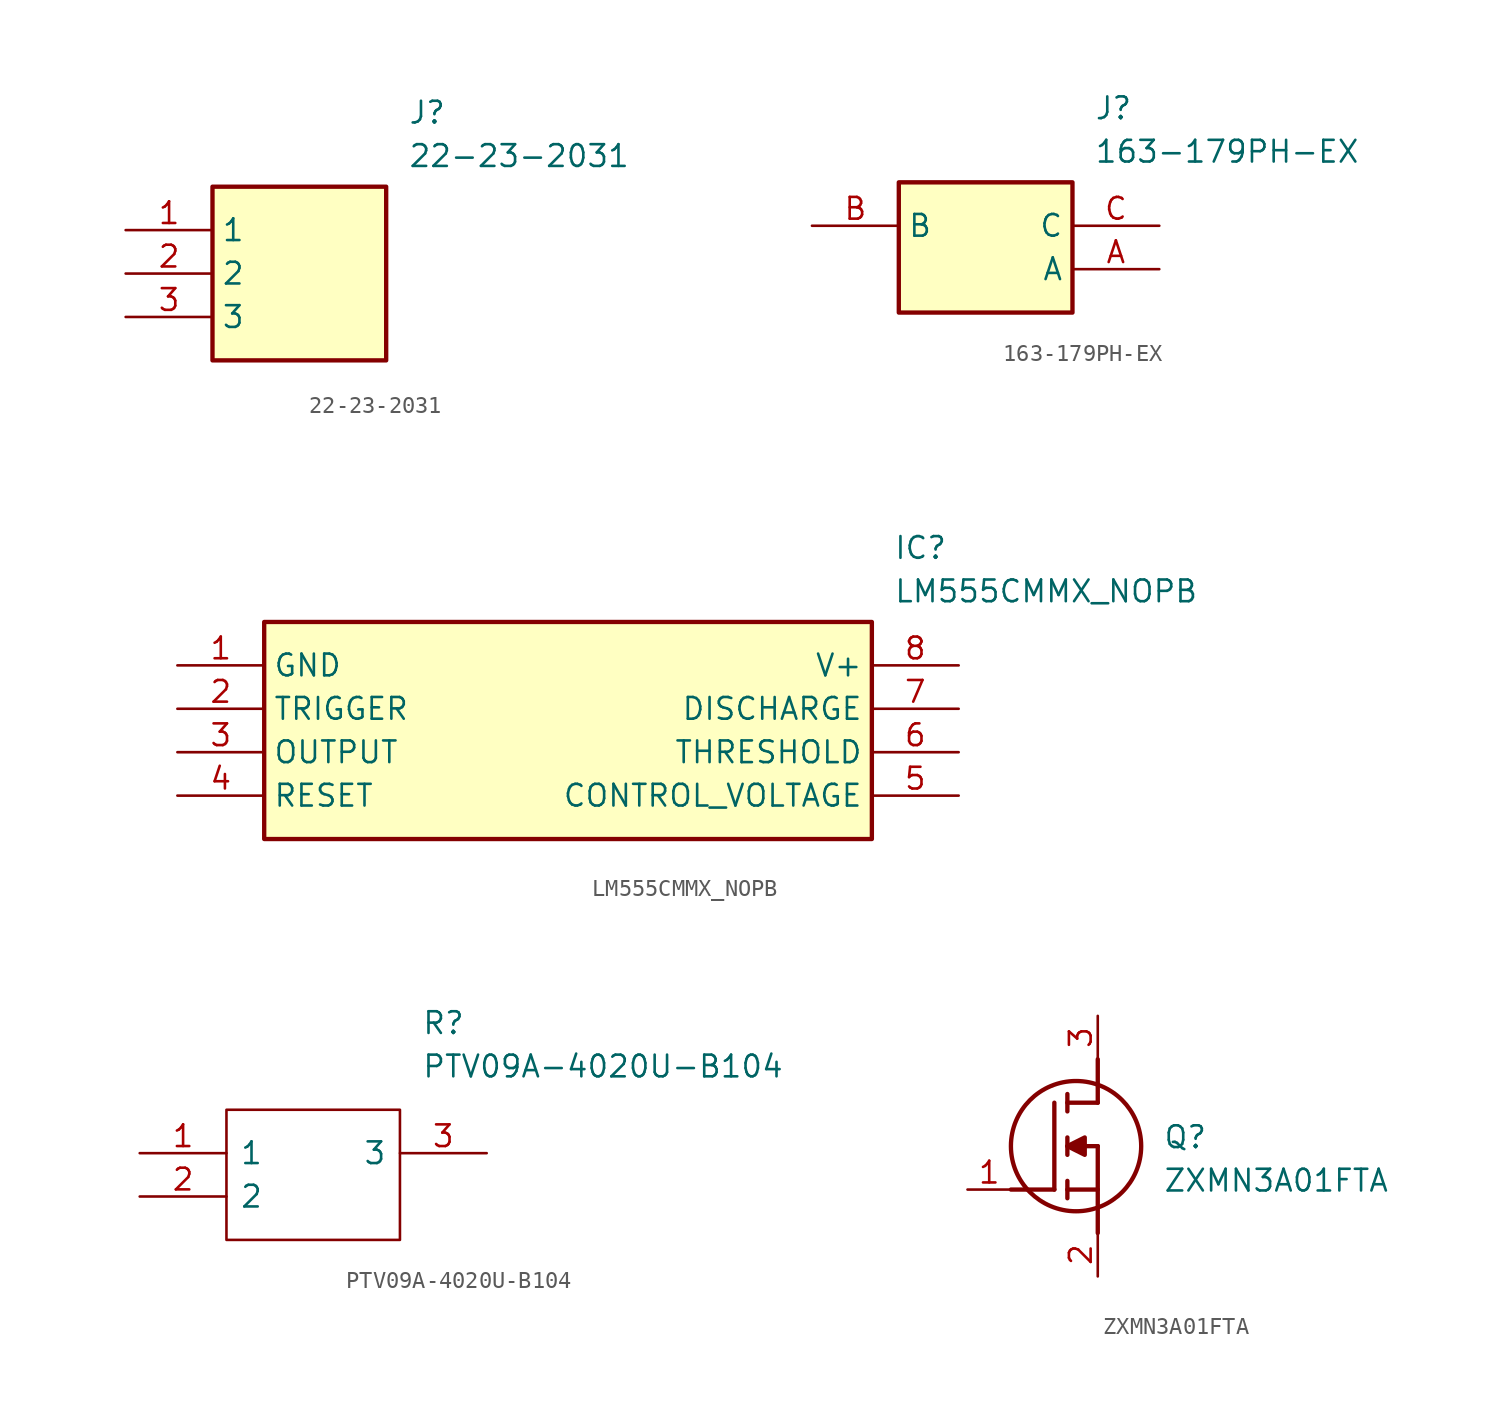
<source format=kicad_sym>
(kicad_symbol_lib
  (version 20220914)
  (generator kicad_symbol_editor)
  (symbol "22-23-2031"
    (property "Reference" "J"
      (at 16.51 7.62 0)
      (effects (font (size 1.27 1.27)) (justify left top)))
    (property "Value" "22-23-2031"
      (at 16.51 5.08 0)
      (effects (font (size 1.27 1.27)) (justify left top)))
    (symbol "22-23-2031_1_1"
      (rectangle (start 5.08 2.54) (end 15.24 -7.62) (stroke (width 0.254) (type default)) (fill (type background)))
      (pin passive line (at 0 0 0) (length 5.08) (name "1" (effects (font (size 1.27 1.27)))) (number "1" (effects (font (size 1.27 1.27)))))
      (pin passive line (at 0 -2.54 0) (length 5.08) (name "2" (effects (font (size 1.27 1.27)))) (number "2" (effects (font (size 1.27 1.27)))))
      (pin passive line (at 0 -5.08 0) (length 5.08) (name "3" (effects (font (size 1.27 1.27)))) (number "3" (effects (font (size 1.27 1.27)))))))
  (symbol "163-179PH-EX"
    (property "Reference" "J"
      (at 16.51 7.62 0)
      (effects (font (size 1.27 1.27)) (justify left top)))
    (property "Value" "163-179PH-EX"
      (at 16.51 5.08 0)
      (effects (font (size 1.27 1.27)) (justify left top)))
    (symbol "163-179PH-EX_1_1"
      (rectangle (start 5.08 2.54) (end 15.24 -5.08) (stroke (width 0.254) (type default)) (fill (type background)))
      (pin passive line (at 20.32 -2.54 180) (length 5.08) (name "A" (effects (font (size 1.27 1.27)))) (number "A" (effects (font (size 1.27 1.27)))))
      (pin passive line (at 0 0 0) (length 5.08) (name "B" (effects (font (size 1.27 1.27)))) (number "B" (effects (font (size 1.27 1.27)))))
      (pin passive line (at 20.32 0 180) (length 5.08) (name "C" (effects (font (size 1.27 1.27)))) (number "C" (effects (font (size 1.27 1.27)))))))
  (symbol "LM555CMMX_NOPB"
    (property "Reference" "IC"
      (at 41.91 7.62 0)
      (effects (font (size 1.27 1.27)) (justify left top)))
    (property "Value" "LM555CMMX_NOPB"
      (at 41.91 5.08 0)
      (effects (font (size 1.27 1.27)) (justify left top)))
    (symbol "LM555CMMX_NOPB_1_1"
      (rectangle (start 5.08 2.54) (end 40.64 -10.16) (stroke (width 0.254) (type default)) (fill (type background)))
      (pin passive line (at 0 0 0) (length 5.08) (name "GND" (effects (font (size 1.27 1.27)))) (number "1" (effects (font (size 1.27 1.27)))))
      (pin passive line (at 0 -2.54 0) (length 5.08) (name "TRIGGER" (effects (font (size 1.27 1.27)))) (number "2" (effects (font (size 1.27 1.27)))))
      (pin passive line (at 0 -5.08 0) (length 5.08) (name "OUTPUT" (effects (font (size 1.27 1.27)))) (number "3" (effects (font (size 1.27 1.27)))))
      (pin passive line (at 0 -7.62 0) (length 5.08) (name "RESET" (effects (font (size 1.27 1.27)))) (number "4" (effects (font (size 1.27 1.27)))))
      (pin passive line (at 45.72 -7.62 180) (length 5.08) (name "CONTROL_VOLTAGE" (effects (font (size 1.27 1.27)))) (number "5" (effects (font (size 1.27 1.27)))))
      (pin passive line (at 45.72 -5.08 180) (length 5.08) (name "THRESHOLD" (effects (font (size 1.27 1.27)))) (number "6" (effects (font (size 1.27 1.27)))))
      (pin passive line (at 45.72 -2.54 180) (length 5.08) (name "DISCHARGE" (effects (font (size 1.27 1.27)))) (number "7" (effects (font (size 1.27 1.27)))))
      (pin passive line (at 45.72 0 180) (length 5.08) (name "V+" (effects (font (size 1.27 1.27)))) (number "8" (effects (font (size 1.27 1.27)))))))
  (symbol "PTV09A-4020U-B104"
    (pin_names
      (offset 0.762))
    (property "Reference" "R"
      (at 16.51 7.62 0)
      (effects (font (size 1.27 1.27)) (justify left)))
    (property "Value" "PTV09A-4020U-B104"
      (at 16.51 5.08 0)
      (effects (font (size 1.27 1.27)) (justify left)))
    (symbol "PTV09A-4020U-B104_0_0"
      (pin passive line (at 0 0 0) (length 5.08) (name "1" (effects (font (size 1.27 1.27)))) (number "1" (effects (font (size 1.27 1.27)))))
      (pin passive line (at 0 -2.54 0) (length 5.08) (name "2" (effects (font (size 1.27 1.27)))) (number "2" (effects (font (size 1.27 1.27)))))
      (pin passive line (at 20.32 0 180) (length 5.08) (name "3" (effects (font (size 1.27 1.27)))) (number "3" (effects (font (size 1.27 1.27))))))
    (symbol "PTV09A-4020U-B104_0_1"
      (polyline (pts (xy 5.08 2.54) (xy 15.24 2.54) (xy 15.24 -5.08) (xy 5.08 -5.08) (xy 5.08 2.54)) (stroke (width 0.152) (type solid)) (fill (type none)))))
  (symbol "ZXMN3A01FTA"
    (pin_names hide)
    (property "Reference" "Q"
      (at 11.43 3.81 0)
      (effects (font (size 1.27 1.27)) (justify left top)))
    (property "Value" "ZXMN3A01FTA"
      (at 11.43 1.27 0)
      (effects (font (size 1.27 1.27)) (justify left top)))
    (symbol "ZXMN3A01FTA_1_1"
      (polyline (pts (xy 2.54 0) (xy 5.08 0)) (stroke (width 0.254) (type default)) (fill (type none)))
      (polyline (pts (xy 5.08 5.08) (xy 5.08 0)) (stroke (width 0.254) (type default)) (fill (type none)))
      (polyline (pts (xy 5.842 -0.508) (xy 5.842 0.508)) (stroke (width 0.254) (type default)) (fill (type none)))
      (polyline (pts (xy 5.842 0) (xy 7.62 0)) (stroke (width 0.254) (type default)) (fill (type none)))
      (polyline (pts (xy 5.842 2.032) (xy 5.842 3.048)) (stroke (width 0.254) (type default)) (fill (type none)))
      (polyline (pts (xy 5.842 5.588) (xy 5.842 4.572)) (stroke (width 0.254) (type default)) (fill (type none)))
      (polyline (pts (xy 7.62 2.54) (xy 5.842 2.54)) (stroke (width 0.254) (type default)) (fill (type none)))
      (polyline (pts (xy 7.62 2.54) (xy 7.62 -2.54)) (stroke (width 0.254) (type default)) (fill (type none)))
      (polyline (pts (xy 7.62 5.08) (xy 5.842 5.08)) (stroke (width 0.254) (type default)) (fill (type none)))
      (polyline (pts (xy 7.62 5.08) (xy 7.62 7.62)) (stroke (width 0.254) (type default)) (fill (type none)))
      (polyline (pts (xy 5.842 2.54) (xy 6.858 3.048) (xy 6.858 2.032) (xy 5.842 2.54)) (stroke (width 0.254) (type default)) (fill (type outline)))
      (circle (center 6.35 2.54) (radius 3.81) (stroke (width 0.254) (type default)) (fill (type none)))
      (pin passive line (at 0 0 0) (length 2.54) (name "G" (effects (font (size 1.27 1.27)))) (number "1" (effects (font (size 1.27 1.27)))))
      (pin passive line (at 7.62 -5.08 90) (length 2.54) (name "S" (effects (font (size 1.27 1.27)))) (number "2" (effects (font (size 1.27 1.27)))))
      (pin passive line (at 7.62 10.16 270) (length 2.54) (name "D" (effects (font (size 1.27 1.27)))) (number "3" (effects (font (size 1.27 1.27))))))))
</source>
